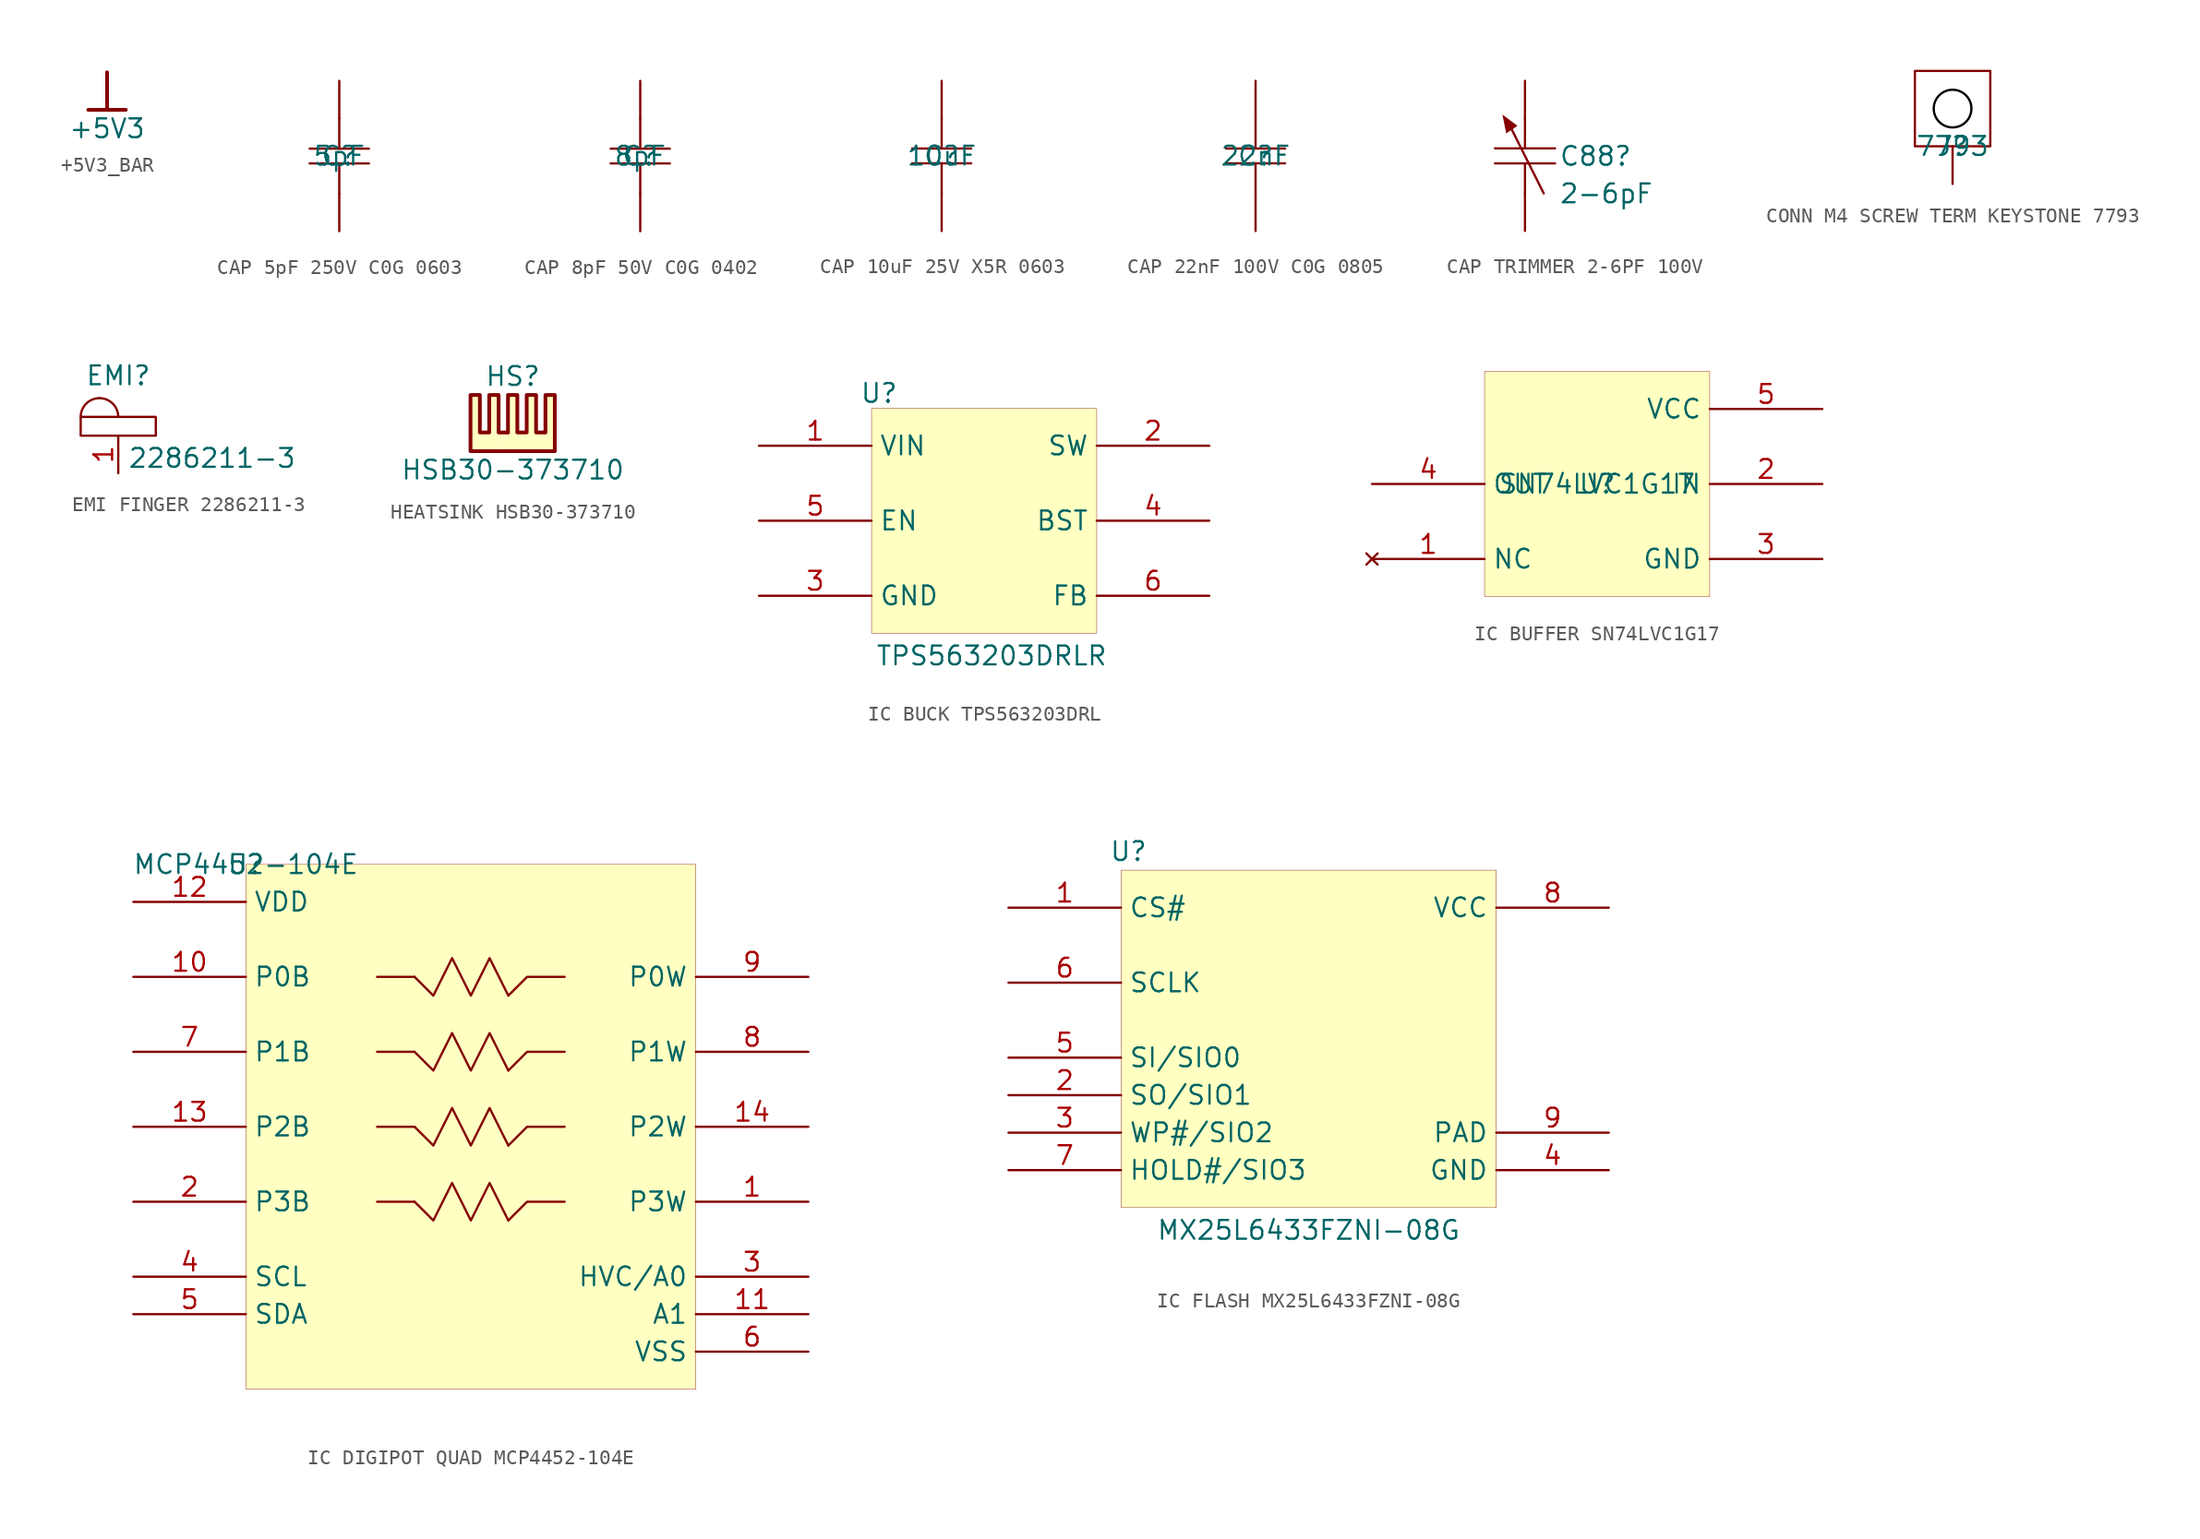
<source format=kicad_sym>
(kicad_symbol_lib
  (version 20241209)
  (generator "kicad_symbol_editor")
  (generator_version "9.0")
  (symbol "+5V3_BAR"
    (power)
    (property "Reference" "#PWR"
      (at 0 0 0)
      (effects (font (size 1.27 1.27)) (hide yes)))
    (property "Value" "+5V3"
      (at 0 -3.81 0)
      (effects (font (size 1.27 1.27))))
    (symbol "+5V3_BAR_0_0"
      (polyline (pts (xy -1.27 -2.54) (xy 1.27 -2.54)) (stroke (width 0.254) (type solid)) (fill (type none)))
      (polyline (pts (xy 0 0) (xy 0 -2.54)) (stroke (width 0.254) (type solid)) (fill (type none)))
      (pin power_in line (at 0 0 0) (length 0) (hide yes) (name "+5V2" (effects (font (size 1.27 1.27)))) (number "" (effects (font (size 1.27 1.27)))))))
  (symbol "CAP 5pF 250V C0G 0603"
    (pin_numbers
      (hide yes))
    (pin_names
      (hide yes))
    (property "Reference" "C"
      (at 0 0 0)
      (effects (font (size 1.27 1.27))))
    (property "Value" "5pF"
      (at 0 0 0)
      (effects (font (size 1.27 1.27))))
    (symbol "CAP 5pF 250V C0G 0603_1_0"
      (polyline (pts (xy 0 2.54) (xy 0 0.5)) (stroke (width 0) (type solid)) (fill (type none)))
      (polyline (pts (xy 0 -2.54) (xy 0 -0.5)) (stroke (width 0) (type solid)) (fill (type none)))
      (polyline (pts (xy 2 0.5) (xy -2 0.5)) (stroke (width 0) (type solid)) (fill (type none)))
      (polyline (pts (xy 2 -0.5) (xy -2 -0.5)) (stroke (width 0) (type solid)) (fill (type none)))
      (pin passive line (at 0 5.08 270) (length 2.54) (name "1" (effects (font (size 1.27 1.27)))) (number "1" (effects (font (size 1.27 1.27)))))
      (pin passive line (at 0 -5.08 90) (length 2.54) (name "2" (effects (font (size 1.27 1.27)))) (number "2" (effects (font (size 1.27 1.27)))))))
  (symbol "CAP 8pF 50V C0G 0402"
    (pin_numbers
      (hide yes))
    (pin_names
      (hide yes))
    (property "Reference" "C"
      (at 0 0 0)
      (effects (font (size 1.27 1.27))))
    (property "Value" "8pF"
      (at 0 0 0)
      (effects (font (size 1.27 1.27))))
    (symbol "CAP 8pF 50V C0G 0402_1_0"
      (polyline (pts (xy -2 0.5) (xy 2 0.5)) (stroke (width 0) (type solid)) (fill (type none)))
      (polyline (pts (xy -2 -0.5) (xy 2 -0.5)) (stroke (width 0) (type solid)) (fill (type none)))
      (polyline (pts (xy 0 2.54) (xy 0 0.5)) (stroke (width 0) (type solid)) (fill (type none)))
      (polyline (pts (xy 0 -2.54) (xy 0 -0.5)) (stroke (width 0) (type solid)) (fill (type none)))
      (pin passive line (at 0 5.08 270) (length 2.54) (name "2" (effects (font (size 1.27 1.27)))) (number "2" (effects (font (size 1.27 1.27)))))
      (pin passive line (at 0 -5.08 90) (length 2.54) (name "1" (effects (font (size 1.27 1.27)))) (number "1" (effects (font (size 1.27 1.27)))))))
  (symbol "CAP 10uF 25V X5R 0603"
    (pin_numbers
      (hide yes))
    (pin_names
      (hide yes))
    (property "Reference" "C"
      (at 0 0 0)
      (effects (font (size 1.27 1.27))))
    (property "Value" "10uF"
      (at 0 0 0)
      (effects (font (size 1.27 1.27))))
    (symbol "CAP 10uF 25V X5R 0603_1_0"
      (polyline (pts (xy -2 0.5) (xy 2 0.5)) (stroke (width 0) (type solid)) (fill (type none)))
      (polyline (pts (xy -2 -0.5) (xy 2 -0.5)) (stroke (width 0) (type solid)) (fill (type none)))
      (polyline (pts (xy 0 2.54) (xy 0 0.5)) (stroke (width 0) (type solid)) (fill (type none)))
      (polyline (pts (xy 0 -2.54) (xy 0 -0.5)) (stroke (width 0) (type solid)) (fill (type none)))
      (pin passive line (at 0 5.08 270) (length 2.54) (name "2" (effects (font (size 1.27 1.27)))) (number "2" (effects (font (size 1.27 1.27)))))
      (pin passive line (at 0 -5.08 90) (length 2.54) (name "1" (effects (font (size 1.27 1.27)))) (number "1" (effects (font (size 1.27 1.27)))))))
  (symbol "CAP 22nF 100V C0G 0805"
    (pin_numbers
      (hide yes))
    (pin_names
      (hide yes))
    (property "Reference" "C"
      (at 0 0 0)
      (effects (font (size 1.27 1.27))))
    (property "Value" "22nF"
      (at 0 0 0)
      (effects (font (size 1.27 1.27))))
    (symbol "CAP 22nF 100V C0G 0805_1_0"
      (polyline (pts (xy 0 2.54) (xy 0 0.5)) (stroke (width 0) (type solid)) (fill (type none)))
      (polyline (pts (xy 0 -2.54) (xy 0 -0.5)) (stroke (width 0) (type solid)) (fill (type none)))
      (polyline (pts (xy 2 0.5) (xy -2 0.5)) (stroke (width 0) (type solid)) (fill (type none)))
      (polyline (pts (xy 2 -0.5) (xy -2 -0.5)) (stroke (width 0) (type solid)) (fill (type none)))
      (pin passive line (at 0 5.08 270) (length 2.54) (name "1" (effects (font (size 1.27 1.27)))) (number "1" (effects (font (size 1.27 1.27)))))
      (pin passive line (at 0 -5.08 90) (length 2.54) (name "2" (effects (font (size 1.27 1.27)))) (number "2" (effects (font (size 1.27 1.27)))))))
  (symbol "CAP TRIMMER 2-6PF 100V"
    (pin_numbers
      (hide yes))
    (pin_names
      (hide yes))
    (property "Reference" "C88"
      (at 2.286 -0.762 0)
      (effects (font (size 1.27 1.27)) (justify left bottom)))
    (property "Value" "2-6pF"
      (at 2.286 -3.302 0)
      (effects (font (size 1.27 1.27)) (justify left bottom)))
    (symbol "CAP TRIMMER 2-6PF 100V_1_0"
      (polyline (pts (xy -2.032 0.508) (xy 2.032 0.508)) (stroke (width 0) (type solid)) (fill (type none)))
      (polyline (pts (xy -1.27 1.524) (xy -1.524 2.794) (xy -0.508 2.032) (xy -1.27 1.524)) (stroke (width -0.0001) (type solid)) (fill (type outline)))
      (polyline (pts (xy 0 2.54) (xy 0 0.508)) (stroke (width 0) (type solid)) (fill (type none)))
      (polyline (pts (xy 0 -2.54) (xy 0 -0.508)) (stroke (width 0) (type solid)) (fill (type none)))
      (polyline (pts (xy 1.27 -2.54) (xy -1.016 2.032)) (stroke (width 0) (type solid)) (fill (type none)))
      (polyline (pts (xy 2.032 -0.508) (xy -2.032 -0.508)) (stroke (width 0) (type solid)) (fill (type none)))
      (pin passive line (at 0 5.08 270) (length 2.54) (name "1" (effects (font (size 1.27 1.27)))) (number "1" (effects (font (size 1.27 1.27)))))
      (pin passive line (at 0 -5.08 90) (length 2.54) (name "2" (effects (font (size 1.27 1.27)))) (number "2" (effects (font (size 1.27 1.27)))))))
  (symbol "CONN M4 SCREW TERM KEYSTONE 7793"
    (pin_numbers
      (hide yes))
    (pin_names
      (hide yes))
    (property "Reference" "J"
      (at 0 0 0)
      (effects (font (size 1.27 1.27))))
    (property "Value" "7793"
      (at 0 0 0)
      (effects (font (size 1.27 1.27))))
    (symbol "CONN M4 SCREW TERM KEYSTONE 7793_1_0"
      (polyline (pts (xy -2.54 5.08) (xy 2.54 5.08) (xy 2.54 0) (xy -2.54 0) (xy -2.54 5.08)) (stroke (width 0) (type solid)) (fill (type none)))
      (circle (center 0 2.54) (radius 1.27) (stroke (width 0) (type solid) (color 0 0 0 1)) (fill (type none)))
      (pin passive line (at 0 -2.54 90) (length 2.54) (name "1" (effects (font (size 1.27 1.27)))) (number "1" (effects (font (size 1.27 1.27)))))))
  (symbol "EMI FINGER 2286211-3"
    (property "Reference" "EMI"
      (at 0 4.064 0)
      (effects (font (size 1.27 1.27))))
    (property "Value" "2286211-3"
      (at 6.35 -1.524 0)
      (effects (font (size 1.27 1.27))))
    (symbol "EMI FINGER 2286211-3_0_1"
      (rectangle (start -2.54 1.27) (end 2.54 0) (stroke (width 0) (type default)) (fill (type none)))
      (arc (start -1.27 2.54) (mid -0.372 2.168) (end 0 1.27) (stroke (width 0) (type default)) (fill (type none)))
      (arc (start -2.54 1.27) (mid -2.168 2.168) (end -1.27 2.54) (stroke (width 0) (type default)) (fill (type none))))
    (symbol "EMI FINGER 2286211-3_1_1"
      (pin passive line (at 0 -2.54 90) (length 2.54) (name "" (effects (font (size 1.27 1.27)))) (number "1" (effects (font (size 1.27 1.27)))))))
  (symbol "HEATSINK HSB30-373710"
    (pin_names
      (offset 1.016))
    (property "Reference" "HS"
      (at 0 5.08 0)
      (effects (font (size 1.27 1.27))))
    (property "Value" "HSB30-373710"
      (at 0 -1.27 0)
      (effects (font (size 1.27 1.27))))
    (symbol "HEATSINK HSB30-373710_0_1"
      (polyline (pts (xy -0.33 1.27) (xy -0.965 1.27) (xy -0.965 3.81) (xy -1.6 3.81) (xy -1.6 1.27) (xy -2.235 1.27) (xy -2.235 3.81) (xy -2.87 3.81) (xy -2.87 0) (xy -0.965 0)) (stroke (width 0.254) (type default)) (fill (type background)))
      (polyline (pts (xy -0.33 1.27) (xy -0.33 3.81) (xy 0.305 3.81) (xy 0.305 1.27) (xy 0.94 1.27) (xy 0.94 3.81) (xy 1.575 3.81) (xy 1.575 1.27) (xy 2.21 1.27) (xy 2.21 3.81) (xy 2.845 3.81) (xy 2.845 0) (xy -0.965 0)) (stroke (width 0.254) (type default)) (fill (type background)))))
  (symbol "IC BUCK TPS563203DRL"
    (property "Reference" "U"
      (at 0.508 1.016 0)
      (effects (font (size 1.27 1.27))))
    (property "Value" "TPS563203DRLR"
      (at 8.128 -16.764 0)
      (effects (font (size 1.27 1.27))))
    (symbol "IC BUCK TPS563203DRL_1_0"
      (rectangle (start 15.24 0) (end 0 -15.24) (stroke (width 0.025) (type solid) (color 128 0 0 1)) (fill (type background)))
      (pin power_in line (at -7.62 -2.54 0) (length 7.62) (name "VIN" (effects (font (size 1.27 1.27)))) (number "1" (effects (font (size 1.27 1.27)))))
      (pin input line (at -7.62 -7.62 0) (length 7.62) (name "EN" (effects (font (size 1.27 1.27)))) (number "5" (effects (font (size 1.27 1.27)))))
      (pin power_in line (at -7.62 -12.7 0) (length 7.62) (name "GND" (effects (font (size 1.27 1.27)))) (number "3" (effects (font (size 1.27 1.27)))))
      (pin power_out line (at 22.86 -2.54 180) (length 7.62) (name "SW" (effects (font (size 1.27 1.27)))) (number "2" (effects (font (size 1.27 1.27)))))
      (pin passive line (at 22.86 -7.62 180) (length 7.62) (name "BST" (effects (font (size 1.27 1.27)))) (number "4" (effects (font (size 1.27 1.27)))))
      (pin passive line (at 22.86 -12.7 180) (length 7.62) (name "FB" (effects (font (size 1.27 1.27)))) (number "6" (effects (font (size 1.27 1.27)))))))
  (symbol "IC BUFFER SN74LVC1G17"
    (property "Reference" "U"
      (at 0 0 0)
      (effects (font (size 1.27 1.27))))
    (property "Value" "SN74LVC1G17"
      (at 0 0 0)
      (effects (font (size 1.27 1.27))))
    (symbol "IC BUFFER SN74LVC1G17_1_0"
      (rectangle (start 7.62 7.62) (end -7.62 -7.62) (stroke (width 0.025) (type solid) (color 128 0 0 1)) (fill (type background)))
      (pin output line (at -15.24 0 0) (length 7.62) (name "OUT" (effects (font (size 1.27 1.27)))) (number "4" (effects (font (size 1.27 1.27)))))
      (pin no_connect line (at -15.24 -5.08 0) (length 7.62) (name "NC" (effects (font (size 1.27 1.27)))) (number "1" (effects (font (size 1.27 1.27)))))
      (pin power_in line (at 15.24 5.08 180) (length 7.62) (name "VCC" (effects (font (size 1.27 1.27)))) (number "5" (effects (font (size 1.27 1.27)))))
      (pin input line (at 15.24 0 180) (length 7.62) (name "IN" (effects (font (size 1.27 1.27)))) (number "2" (effects (font (size 1.27 1.27)))))
      (pin power_in line (at 15.24 -5.08 180) (length 7.62) (name "GND" (effects (font (size 1.27 1.27)))) (number "3" (effects (font (size 1.27 1.27)))))))
  (symbol "IC DIGIPOT QUAD MCP4452-104E"
    (property "Reference" "U"
      (at 0 0 0)
      (effects (font (size 1.27 1.27))))
    (property "Value" "MCP4452-104E"
      (at 0 0 0)
      (effects (font (size 1.27 1.27))))
    (symbol "IC DIGIPOT QUAD MCP4452-104E_1_0"
      (polyline (pts (xy 11.43 -7.62) (xy 8.89 -7.62)) (stroke (width 0) (type solid)) (fill (type none)))
      (polyline (pts (xy 11.43 -7.62) (xy 12.7 -8.89) (xy 13.97 -6.35) (xy 15.24 -8.89) (xy 16.51 -6.35) (xy 17.78 -8.89)) (stroke (width 0) (type solid)) (fill (type none)))
      (polyline (pts (xy 11.43 -12.7) (xy 8.89 -12.7)) (stroke (width 0) (type solid)) (fill (type none)))
      (polyline (pts (xy 11.43 -12.7) (xy 12.7 -13.97) (xy 13.97 -11.43) (xy 15.24 -13.97) (xy 16.51 -11.43) (xy 17.78 -13.97)) (stroke (width 0) (type solid)) (fill (type none)))
      (polyline (pts (xy 11.43 -17.78) (xy 8.89 -17.78)) (stroke (width 0) (type solid)) (fill (type none)))
      (polyline (pts (xy 11.43 -17.78) (xy 12.7 -19.05) (xy 13.97 -16.51) (xy 15.24 -19.05) (xy 16.51 -16.51) (xy 17.78 -19.05)) (stroke (width 0) (type solid)) (fill (type none)))
      (polyline (pts (xy 11.43 -22.86) (xy 8.89 -22.86)) (stroke (width 0) (type solid)) (fill (type none)))
      (polyline (pts (xy 11.43 -22.86) (xy 12.7 -24.13) (xy 13.97 -21.59) (xy 15.24 -24.13) (xy 16.51 -21.59) (xy 17.78 -24.13)) (stroke (width 0) (type solid)) (fill (type none)))
      (polyline (pts (xy 17.78 -8.89) (xy 19.05 -7.62) (xy 21.59 -7.62)) (stroke (width 0) (type solid)) (fill (type none)))
      (polyline (pts (xy 17.78 -13.97) (xy 19.05 -12.7) (xy 21.59 -12.7)) (stroke (width 0) (type solid)) (fill (type none)))
      (polyline (pts (xy 17.78 -19.05) (xy 19.05 -17.78) (xy 21.59 -17.78)) (stroke (width 0) (type solid)) (fill (type none)))
      (polyline (pts (xy 17.78 -24.13) (xy 19.05 -22.86) (xy 21.59 -22.86)) (stroke (width 0) (type solid)) (fill (type none)))
      (rectangle (start 30.48 0) (end 0 -35.56) (stroke (width 0.025) (type solid) (color 128 0 0 1)) (fill (type background)))
      (pin power_in line (at -7.62 -2.54 0) (length 7.62) (name "VDD" (effects (font (size 1.27 1.27)))) (number "12" (effects (font (size 1.27 1.27)))))
      (pin passive line (at -7.62 -7.62 0) (length 7.62) (name "P0B" (effects (font (size 1.27 1.27)))) (number "10" (effects (font (size 1.27 1.27)))))
      (pin passive line (at -7.62 -12.7 0) (length 7.62) (name "P1B" (effects (font (size 1.27 1.27)))) (number "7" (effects (font (size 1.27 1.27)))))
      (pin passive line (at -7.62 -17.78 0) (length 7.62) (name "P2B" (effects (font (size 1.27 1.27)))) (number "13" (effects (font (size 1.27 1.27)))))
      (pin passive line (at -7.62 -22.86 0) (length 7.62) (name "P3B" (effects (font (size 1.27 1.27)))) (number "2" (effects (font (size 1.27 1.27)))))
      (pin open_collector line (at -7.62 -27.94 0) (length 7.62) (name "SCL" (effects (font (size 1.27 1.27)))) (number "4" (effects (font (size 1.27 1.27)))))
      (pin open_collector line (at -7.62 -30.48 0) (length 7.62) (name "SDA" (effects (font (size 1.27 1.27)))) (number "5" (effects (font (size 1.27 1.27)))))
      (pin passive line (at 38.1 -7.62 180) (length 7.62) (name "P0W" (effects (font (size 1.27 1.27)))) (number "9" (effects (font (size 1.27 1.27)))))
      (pin passive line (at 38.1 -12.7 180) (length 7.62) (name "P1W" (effects (font (size 1.27 1.27)))) (number "8" (effects (font (size 1.27 1.27)))))
      (pin passive line (at 38.1 -17.78 180) (length 7.62) (name "P2W" (effects (font (size 1.27 1.27)))) (number "14" (effects (font (size 1.27 1.27)))))
      (pin passive line (at 38.1 -22.86 180) (length 7.62) (name "P3W" (effects (font (size 1.27 1.27)))) (number "1" (effects (font (size 1.27 1.27)))))
      (pin input line (at 38.1 -27.94 180) (length 7.62) (name "HVC/A0" (effects (font (size 1.27 1.27)))) (number "3" (effects (font (size 1.27 1.27)))))
      (pin input line (at 38.1 -30.48 180) (length 7.62) (name "A1" (effects (font (size 1.27 1.27)))) (number "11" (effects (font (size 1.27 1.27)))))
      (pin power_in line (at 38.1 -33.02 180) (length 7.62) (name "VSS" (effects (font (size 1.27 1.27)))) (number "6" (effects (font (size 1.27 1.27)))))))
  (symbol "IC FLASH MX25L6433FZNI-08G"
    (property "Reference" "U"
      (at -12.192 11.43 0)
      (effects (font (size 1.27 1.27))))
    (property "Value" "MX25L6433FZNI-08G"
      (at 0 -14.224 0)
      (effects (font (size 1.27 1.27))))
    (symbol "IC FLASH MX25L6433FZNI-08G_1_0"
      (rectangle (start 12.7 10.16) (end -12.7 -12.7) (stroke (width 0.025) (type solid) (color 128 0 0 1)) (fill (type background)))
      (pin open_collector line (at -20.32 7.62 0) (length 7.62) (name "CS#" (effects (font (size 1.27 1.27)))) (number "1" (effects (font (size 1.27 1.27)))))
      (pin input line (at -20.32 2.54 0) (length 7.62) (name "SCLK" (effects (font (size 1.27 1.27)))) (number "6" (effects (font (size 1.27 1.27)))))
      (pin bidirectional line (at -20.32 -2.54 0) (length 7.62) (name "SI/SIO0" (effects (font (size 1.27 1.27)))) (number "5" (effects (font (size 1.27 1.27)))))
      (pin bidirectional line (at -20.32 -5.08 0) (length 7.62) (name "SO/SIO1" (effects (font (size 1.27 1.27)))) (number "2" (effects (font (size 1.27 1.27)))))
      (pin bidirectional line (at -20.32 -7.62 0) (length 7.62) (name "WP#/SIO2" (effects (font (size 1.27 1.27)))) (number "3" (effects (font (size 1.27 1.27)))))
      (pin bidirectional line (at -20.32 -10.16 0) (length 7.62) (name "HOLD#/SIO3" (effects (font (size 1.27 1.27)))) (number "7" (effects (font (size 1.27 1.27)))))
      (pin power_in line (at 20.32 7.62 180) (length 7.62) (name "VCC" (effects (font (size 1.27 1.27)))) (number "8" (effects (font (size 1.27 1.27)))))
      (pin power_in line (at 20.32 -7.62 180) (length 7.62) (name "PAD" (effects (font (size 1.27 1.27)))) (number "9" (effects (font (size 1.27 1.27)))))
      (pin power_in line (at 20.32 -10.16 180) (length 7.62) (name "GND" (effects (font (size 1.27 1.27)))) (number "4" (effects (font (size 1.27 1.27))))))))
</source>
